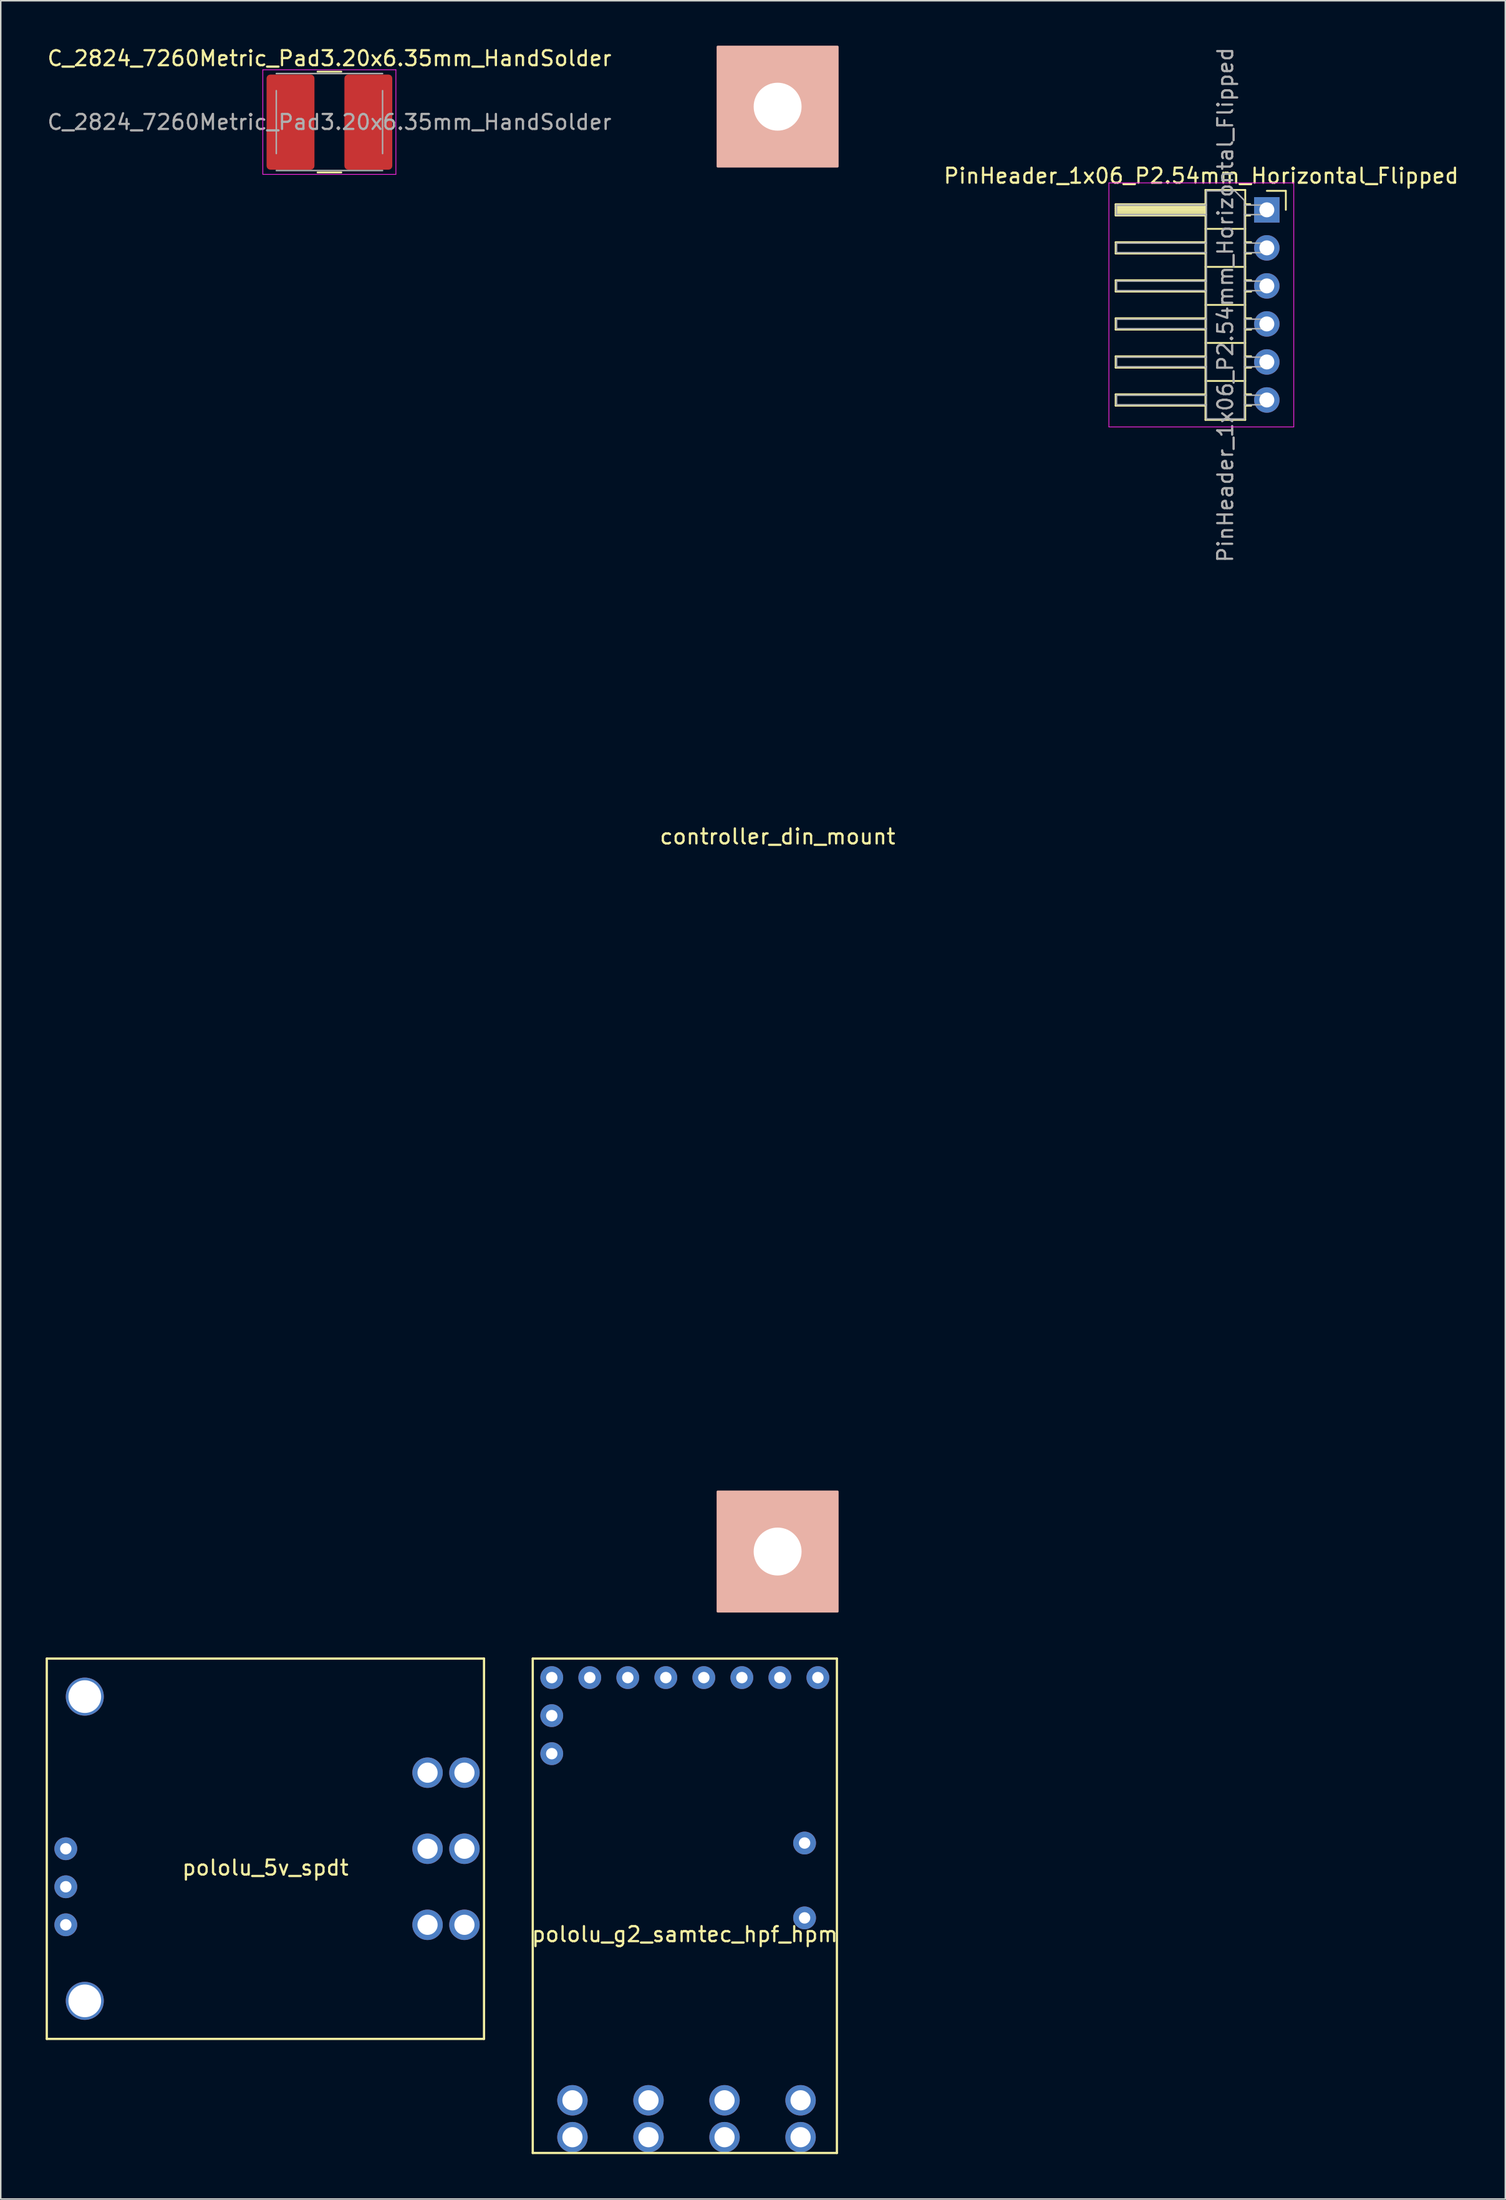
<source format=kicad_pcb>
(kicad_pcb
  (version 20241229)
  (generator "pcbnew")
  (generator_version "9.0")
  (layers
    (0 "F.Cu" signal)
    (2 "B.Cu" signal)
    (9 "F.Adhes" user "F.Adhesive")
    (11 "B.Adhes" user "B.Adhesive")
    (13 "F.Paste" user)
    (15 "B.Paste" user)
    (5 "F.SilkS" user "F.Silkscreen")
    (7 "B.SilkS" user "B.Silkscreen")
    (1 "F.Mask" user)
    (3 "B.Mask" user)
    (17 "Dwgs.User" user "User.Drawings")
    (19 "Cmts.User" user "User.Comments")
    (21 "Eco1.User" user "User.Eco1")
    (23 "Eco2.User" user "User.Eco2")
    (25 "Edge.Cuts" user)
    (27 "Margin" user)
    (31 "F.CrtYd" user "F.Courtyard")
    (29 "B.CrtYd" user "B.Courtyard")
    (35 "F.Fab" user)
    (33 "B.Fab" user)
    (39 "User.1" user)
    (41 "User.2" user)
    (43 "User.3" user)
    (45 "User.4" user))
  (footprint "pololu_g2_samtec_hpf_hpm"
    (layer "F.Cu")
    (at 42.331 124.879)
    (property "Reference" "pololu_g2_samtec_hpf_hpm" (at 0.369 1.261 0) (layer "F.SilkS") (effects (font (size 1 1) (thickness 0.15))))
    (attr through_hole)
    (fp_line (start -9.791 -17.154) (end -9.791 15.866) (stroke (width 0.15) (type solid)) (layer "F.SilkS"))
    (fp_line (start -9.791 15.866) (end 10.529 15.866) (stroke (width 0.15) (type solid)) (layer "F.SilkS"))
    (fp_line (start 10.529 -17.154) (end -9.791 -17.154) (stroke (width 0.15) (type solid)) (layer "F.SilkS"))
    (fp_line (start 10.529 15.866) (end 10.529 -17.154) (stroke (width 0.15) (type solid)) (layer "F.SilkS"))
    (pad "1" thru_hole circle (at 9.259 -15.884) (size 1.524 1.524) (drill 0.762) (layers "*.Cu" "*.Mask"))
    (pad "2" thru_hole circle (at 6.719 -15.884) (size 1.524 1.524) (drill 0.762) (layers "*.Cu" "*.Mask"))
    (pad "3" thru_hole circle (at 4.179 -15.884) (size 1.524 1.524) (drill 0.762) (layers "*.Cu" "*.Mask"))
    (pad "4" thru_hole circle (at 1.639 -15.884) (size 1.524 1.524) (drill 0.762) (layers "*.Cu" "*.Mask"))
    (pad "5" thru_hole circle (at -0.901 -15.884) (size 1.524 1.524) (drill 0.762) (layers "*.Cu" "*.Mask"))
    (pad "6" thru_hole circle (at -3.441 -15.884) (size 1.524 1.524) (drill 0.762) (layers "*.Cu" "*.Mask"))
    (pad "7" thru_hole circle (at -5.981 -15.884) (size 1.524 1.524) (drill 0.762) (layers "*.Cu" "*.Mask"))
    (pad "8" thru_hole circle (at -8.521 -15.884) (size 1.524 1.524) (drill 0.762) (layers "*.Cu" "*.Mask"))
    (pad "9" thru_hole circle (at -8.521 -13.344) (size 1.524 1.524) (drill 0.762) (layers "*.Cu" "*.Mask"))
    (pad "10" thru_hole circle (at -8.521 -10.804) (size 1.524 1.524) (drill 0.762) (layers "*.Cu" "*.Mask"))
    (pad "11" thru_hole circle (at -7.138 12.348) (size 2.032 2.032) (drill 1.346) (layers "*.Cu" "*.Mask"))
    (pad "11" thru_hole circle (at -7.138 14.812) (size 2.032 2.032) (drill 1.346) (layers "*.Cu" "*.Mask"))
    (pad "12" thru_hole circle (at -2.058 12.348) (size 2.032 2.032) (drill 1.346) (layers "*.Cu" "*.Mask"))
    (pad "12" thru_hole circle (at -2.058 14.812) (size 2.032 2.032) (drill 1.346) (layers "*.Cu" "*.Mask"))
    (pad "13" thru_hole circle (at 3.022 12.348) (size 2.032 2.032) (drill 1.346) (layers "*.Cu" "*.Mask"))
    (pad "13" thru_hole circle (at 3.022 14.812) (size 2.032 2.032) (drill 1.346) (layers "*.Cu" "*.Mask"))
    (pad "14" thru_hole circle (at 8.102 12.348) (size 2.032 2.032) (drill 1.346) (layers "*.Cu" "*.Mask"))
    (pad "14" thru_hole circle (at 8.102 14.812) (size 2.032 2.032) (drill 1.346) (layers "*.Cu" "*.Mask"))
    (pad "15" thru_hole circle (at 8.37 0.165) (size 1.524 1.524) (drill 0.762) (layers "*.Cu" "*.Mask"))
    (pad "16" thru_hole circle (at 8.37 -4.835) (size 1.524 1.524) (drill 0.762) (layers "*.Cu" "*.Mask")))
  (footprint "pololu_5v_spdt"
    (layer "F.Cu")
    (at 14.68 120.425)
    (property "Reference" "pololu_5v_spdt" (at 0 1.27 0) (layer "F.SilkS") (effects (font (size 1 1) (thickness 0.15))))
    (attr through_hole)
    (fp_line (start -14.605 -12.7) (end -14.605 12.7) (stroke (width 0.15) (type solid)) (layer "F.SilkS"))
    (fp_line (start -14.605 12.7) (end 14.605 12.7) (stroke (width 0.15) (type solid)) (layer "F.SilkS"))
    (fp_line (start 14.605 -12.7) (end -14.605 -12.7) (stroke (width 0.15) (type solid)) (layer "F.SilkS"))
    (fp_line (start 14.605 12.7) (end 14.605 -12.7) (stroke (width 0.15) (type solid)) (layer "F.SilkS"))
    (pad "" thru_hole circle (at -12.065 -10.16) (size 2.54 2.54) (drill 2.184) (layers "*.Cu" "*.Mask"))
    (pad "" thru_hole circle (at -12.065 10.16) (size 2.54 2.54) (drill 2.184) (layers "*.Cu" "*.Mask"))
    (pad "1" thru_hole circle (at -13.335 0) (size 1.524 1.524) (drill 0.762) (layers "*.Cu" "*.Mask"))
    (pad "2" thru_hole circle (at -13.335 2.54) (size 1.524 1.524) (drill 0.762) (layers "*.Cu" "*.Mask"))
    (pad "3" thru_hole circle (at -13.335 5.08) (size 1.524 1.524) (drill 0.762) (layers "*.Cu" "*.Mask"))
    (pad "4" thru_hole circle (at 10.833 -5.08) (size 2.032 2.032) (drill 1.346) (layers "*.Cu" "*.Mask"))
    (pad "4" thru_hole circle (at 13.297 -5.08) (size 2.032 2.032) (drill 1.346) (layers "*.Cu" "*.Mask"))
    (pad "5" thru_hole circle (at 10.833 0) (size 2.032 2.032) (drill 1.346) (layers "*.Cu" "*.Mask"))
    (pad "5" thru_hole circle (at 13.297 0) (size 2.032 2.032) (drill 1.346) (layers "*.Cu" "*.Mask"))
    (pad "6" thru_hole circle (at 10.833 5.08) (size 2.032 2.032) (drill 1.346) (layers "*.Cu" "*.Mask"))
    (pad "6" thru_hole circle (at 13.297 5.08) (size 2.032 2.032) (drill 1.346) (layers "*.Cu" "*.Mask")))
  (footprint "C_2824_7260Metric_Pad3.20x6.35mm_HandSolder"
    (layer "F.Cu")
    (at 18.958 5.106)
    (property "Reference" "C_2824_7260Metric_Pad3.20x6.35mm_HandSolder" (at 0 -4.258 0) (layer "F.SilkS") (effects (font (size 1 1) (thickness 0.15))))
    (attr smd)
    (fp_line (start -0.797 -3.369) (end 0.797 -3.369) (stroke (width 0.12) (type solid)) (layer "F.SilkS"))
    (fp_line (start -0.797 3.362) (end 0.797 3.362) (stroke (width 0.12) (type solid)) (layer "F.SilkS"))
    (fp_line (start -4.45 -3.496) (end 4.44 -3.496) (stroke (width 0.05) (type solid)) (layer "F.CrtYd"))
    (fp_line (start -4.45 3.489) (end -4.45 -3.496) (stroke (width 0.05) (type solid)) (layer "F.CrtYd"))
    (fp_line (start 4.44 -3.496) (end 4.44 3.489) (stroke (width 0.05) (type solid)) (layer "F.CrtYd"))
    (fp_line (start 4.44 3.489) (end -4.45 3.489) (stroke (width 0.05) (type solid)) (layer "F.CrtYd"))
    (fp_line (start -3.55 -3.242) (end 3.55 -3.242) (stroke (width 0.1) (type solid)) (layer "F.Fab"))
    (fp_line (start -3.55 2.1) (end -3.55 -2.1) (stroke (width 0.1) (type solid)) (layer "F.Fab"))
    (fp_line (start 3.55 -2.1) (end 3.55 2.1) (stroke (width 0.1) (type solid)) (layer "F.Fab"))
    (fp_line (start 3.55 3.235) (end -3.55 3.235) (stroke (width 0.1) (type solid)) (layer "F.Fab"))
    (fp_text user "${REFERENCE}" (at 0 0 0) (layer "F.Fab") (effects (font (size 1 1) (thickness 0.15))))
    (pad "1" smd roundrect (at -2.6 0) (size 3.2 6.35) (layers "F.Cu" "F.Mask" "F.Paste") (roundrect_rratio 0.078))
    (pad "2" smd roundrect (at 2.6 0) (size 3.2 6.35) (layers "F.Cu" "F.Mask" "F.Paste") (roundrect_rratio 0.078)))
  (footprint "PinHeader_1x06_P2.54mm_Horizontal_Flipped"
    (layer "F.Cu")
    (at 81.581 10.965)
    (property "Reference" "PinHeader_1x06_P2.54mm_Horizontal_Flipped" (at -4.385 -2.27 0) (layer "F.SilkS") (effects (font (size 1 1) (thickness 0.15))))
    (attr through_hole)
    (fp_line (start -10.1 -0.38) (end -10.1 0.38) (stroke (width 0.12) (type solid)) (layer "F.SilkS"))
    (fp_line (start -10.1 0.38) (end -4.1 0.38) (stroke (width 0.12) (type solid)) (layer "F.SilkS"))
    (fp_line (start -10.1 2.16) (end -10.1 2.92) (stroke (width 0.12) (type solid)) (layer "F.SilkS"))
    (fp_line (start -10.1 2.92) (end -4.1 2.92) (stroke (width 0.12) (type solid)) (layer "F.SilkS"))
    (fp_line (start -10.1 4.7) (end -10.1 5.46) (stroke (width 0.12) (type solid)) (layer "F.SilkS"))
    (fp_line (start -10.1 5.46) (end -4.1 5.46) (stroke (width 0.12) (type solid)) (layer "F.SilkS"))
    (fp_line (start -10.1 7.24) (end -10.1 8) (stroke (width 0.12) (type solid)) (layer "F.SilkS"))
    (fp_line (start -10.1 8) (end -4.1 8) (stroke (width 0.12) (type solid)) (layer "F.SilkS"))
    (fp_line (start -10.1 9.78) (end -10.1 10.54) (stroke (width 0.12) (type solid)) (layer "F.SilkS"))
    (fp_line (start -10.1 10.54) (end -4.1 10.54) (stroke (width 0.12) (type solid)) (layer "F.SilkS"))
    (fp_line (start -10.1 12.32) (end -10.1 13.08) (stroke (width 0.12) (type solid)) (layer "F.SilkS"))
    (fp_line (start -10.1 13.08) (end -4.1 13.08) (stroke (width 0.12) (type solid)) (layer "F.SilkS"))
    (fp_line (start -4.1 -1.33) (end -1.44 -1.33) (stroke (width 0.12) (type solid)) (layer "F.SilkS"))
    (fp_line (start -4.1 -0.38) (end -10.1 -0.38) (stroke (width 0.12) (type solid)) (layer "F.SilkS"))
    (fp_line (start -4.1 -0.32) (end -10.1 -0.32) (stroke (width 0.12) (type solid)) (layer "F.SilkS"))
    (fp_line (start -4.1 -0.2) (end -10.1 -0.2) (stroke (width 0.12) (type solid)) (layer "F.SilkS"))
    (fp_line (start -4.1 -0.08) (end -10.1 -0.08) (stroke (width 0.12) (type solid)) (layer "F.SilkS"))
    (fp_line (start -4.1 0.04) (end -10.1 0.04) (stroke (width 0.12) (type solid)) (layer "F.SilkS"))
    (fp_line (start -4.1 0.16) (end -10.1 0.16) (stroke (width 0.12) (type solid)) (layer "F.SilkS"))
    (fp_line (start -4.1 0.28) (end -10.1 0.28) (stroke (width 0.12) (type solid)) (layer "F.SilkS"))
    (fp_line (start -4.1 2.16) (end -10.1 2.16) (stroke (width 0.12) (type solid)) (layer "F.SilkS"))
    (fp_line (start -4.1 4.7) (end -10.1 4.7) (stroke (width 0.12) (type solid)) (layer "F.SilkS"))
    (fp_line (start -4.1 7.24) (end -10.1 7.24) (stroke (width 0.12) (type solid)) (layer "F.SilkS"))
    (fp_line (start -4.1 9.78) (end -10.1 9.78) (stroke (width 0.12) (type solid)) (layer "F.SilkS"))
    (fp_line (start -4.1 12.32) (end -10.1 12.32) (stroke (width 0.12) (type solid)) (layer "F.SilkS"))
    (fp_line (start -4.1 14.03) (end -4.1 -1.33) (stroke (width 0.12) (type solid)) (layer "F.SilkS"))
    (fp_line (start -1.44 -1.33) (end -1.44 14.03) (stroke (width 0.12) (type solid)) (layer "F.SilkS"))
    (fp_line (start -1.44 1.27) (end -4.1 1.27) (stroke (width 0.12) (type solid)) (layer "F.SilkS"))
    (fp_line (start -1.44 3.81) (end -4.1 3.81) (stroke (width 0.12) (type solid)) (layer "F.SilkS"))
    (fp_line (start -1.44 6.35) (end -4.1 6.35) (stroke (width 0.12) (type solid)) (layer "F.SilkS"))
    (fp_line (start -1.44 8.89) (end -4.1 8.89) (stroke (width 0.12) (type solid)) (layer "F.SilkS"))
    (fp_line (start -1.44 11.43) (end -4.1 11.43) (stroke (width 0.12) (type solid)) (layer "F.SilkS"))
    (fp_line (start -1.44 14.03) (end -4.1 14.03) (stroke (width 0.12) (type solid)) (layer "F.SilkS"))
    (fp_line (start -1.11 -0.38) (end -1.44 -0.38) (stroke (width 0.12) (type solid)) (layer "F.SilkS"))
    (fp_line (start -1.11 0.38) (end -1.44 0.38) (stroke (width 0.12) (type solid)) (layer "F.SilkS"))
    (fp_line (start -1.043 2.16) (end -1.44 2.16) (stroke (width 0.12) (type solid)) (layer "F.SilkS"))
    (fp_line (start -1.043 2.92) (end -1.44 2.92) (stroke (width 0.12) (type solid)) (layer "F.SilkS"))
    (fp_line (start -1.043 4.7) (end -1.44 4.7) (stroke (width 0.12) (type solid)) (layer "F.SilkS"))
    (fp_line (start -1.043 5.46) (end -1.44 5.46) (stroke (width 0.12) (type solid)) (layer "F.SilkS"))
    (fp_line (start -1.043 7.24) (end -1.44 7.24) (stroke (width 0.12) (type solid)) (layer "F.SilkS"))
    (fp_line (start -1.043 8) (end -1.44 8) (stroke (width 0.12) (type solid)) (layer "F.SilkS"))
    (fp_line (start -1.043 9.78) (end -1.44 9.78) (stroke (width 0.12) (type solid)) (layer "F.SilkS"))
    (fp_line (start -1.043 10.54) (end -1.44 10.54) (stroke (width 0.12) (type solid)) (layer "F.SilkS"))
    (fp_line (start -1.043 12.32) (end -1.44 12.32) (stroke (width 0.12) (type solid)) (layer "F.SilkS"))
    (fp_line (start -1.043 13.08) (end -1.44 13.08) (stroke (width 0.12) (type solid)) (layer "F.SilkS"))
    (fp_line (start 1.27 -1.27) (end 0 -1.27) (stroke (width 0.12) (type solid)) (layer "F.SilkS"))
    (fp_line (start 1.27 0) (end 1.27 -1.27) (stroke (width 0.12) (type solid)) (layer "F.SilkS"))
    (fp_line (start -10.55 -1.8) (end 1.8 -1.8) (stroke (width 0.05) (type solid)) (layer "F.CrtYd"))
    (fp_line (start -10.55 14.5) (end -10.55 -1.8) (stroke (width 0.05) (type solid)) (layer "F.CrtYd"))
    (fp_line (start 1.8 -1.8) (end 1.8 14.5) (stroke (width 0.05) (type solid)) (layer "F.CrtYd"))
    (fp_line (start 1.8 14.5) (end -10.55 14.5) (stroke (width 0.05) (type solid)) (layer "F.CrtYd"))
    (fp_line (start -10.04 -0.32) (end -10.04 0.32) (stroke (width 0.1) (type solid)) (layer "F.Fab"))
    (fp_line (start -10.04 2.22) (end -10.04 2.86) (stroke (width 0.1) (type solid)) (layer "F.Fab"))
    (fp_line (start -10.04 4.76) (end -10.04 5.4) (stroke (width 0.1) (type solid)) (layer "F.Fab"))
    (fp_line (start -10.04 7.3) (end -10.04 7.94) (stroke (width 0.1) (type solid)) (layer "F.Fab"))
    (fp_line (start -10.04 9.84) (end -10.04 10.48) (stroke (width 0.1) (type solid)) (layer "F.Fab"))
    (fp_line (start -10.04 12.38) (end -10.04 13.02) (stroke (width 0.1) (type solid)) (layer "F.Fab"))
    (fp_line (start -4.04 -1.27) (end -4.04 13.97) (stroke (width 0.1) (type solid)) (layer "F.Fab"))
    (fp_line (start -4.04 -0.32) (end -10.04 -0.32) (stroke (width 0.1) (type solid)) (layer "F.Fab"))
    (fp_line (start -4.04 0.32) (end -10.04 0.32) (stroke (width 0.1) (type solid)) (layer "F.Fab"))
    (fp_line (start -4.04 2.22) (end -10.04 2.22) (stroke (width 0.1) (type solid)) (layer "F.Fab"))
    (fp_line (start -4.04 2.86) (end -10.04 2.86) (stroke (width 0.1) (type solid)) (layer "F.Fab"))
    (fp_line (start -4.04 4.76) (end -10.04 4.76) (stroke (width 0.1) (type solid)) (layer "F.Fab"))
    (fp_line (start -4.04 5.4) (end -10.04 5.4) (stroke (width 0.1) (type solid)) (layer "F.Fab"))
    (fp_line (start -4.04 7.3) (end -10.04 7.3) (stroke (width 0.1) (type solid)) (layer "F.Fab"))
    (fp_line (start -4.04 7.94) (end -10.04 7.94) (stroke (width 0.1) (type solid)) (layer "F.Fab"))
    (fp_line (start -4.04 9.84) (end -10.04 9.84) (stroke (width 0.1) (type solid)) (layer "F.Fab"))
    (fp_line (start -4.04 10.48) (end -10.04 10.48) (stroke (width 0.1) (type solid)) (layer "F.Fab"))
    (fp_line (start -4.04 12.38) (end -10.04 12.38) (stroke (width 0.1) (type solid)) (layer "F.Fab"))
    (fp_line (start -4.04 13.02) (end -10.04 13.02) (stroke (width 0.1) (type solid)) (layer "F.Fab"))
    (fp_line (start -4.04 13.97) (end -1.5 13.97) (stroke (width 0.1) (type solid)) (layer "F.Fab"))
    (fp_line (start -2.135 -1.27) (end -4.04 -1.27) (stroke (width 0.1) (type solid)) (layer "F.Fab"))
    (fp_line (start -1.5 -0.635) (end -2.135 -1.27) (stroke (width 0.1) (type solid)) (layer "F.Fab"))
    (fp_line (start -1.5 13.97) (end -1.5 -0.635) (stroke (width 0.1) (type solid)) (layer "F.Fab"))
    (fp_line (start 0.32 -0.32) (end -1.5 -0.32) (stroke (width 0.1) (type solid)) (layer "F.Fab"))
    (fp_line (start 0.32 -0.32) (end 0.32 0.32) (stroke (width 0.1) (type solid)) (layer "F.Fab"))
    (fp_line (start 0.32 0.32) (end -1.5 0.32) (stroke (width 0.1) (type solid)) (layer "F.Fab"))
    (fp_line (start 0.32 2.22) (end -1.5 2.22) (stroke (width 0.1) (type solid)) (layer "F.Fab"))
    (fp_line (start 0.32 2.22) (end 0.32 2.86) (stroke (width 0.1) (type solid)) (layer "F.Fab"))
    (fp_line (start 0.32 2.86) (end -1.5 2.86) (stroke (width 0.1) (type solid)) (layer "F.Fab"))
    (fp_line (start 0.32 4.76) (end -1.5 4.76) (stroke (width 0.1) (type solid)) (layer "F.Fab"))
    (fp_line (start 0.32 4.76) (end 0.32 5.4) (stroke (width 0.1) (type solid)) (layer "F.Fab"))
    (fp_line (start 0.32 5.4) (end -1.5 5.4) (stroke (width 0.1) (type solid)) (layer "F.Fab"))
    (fp_line (start 0.32 7.3) (end -1.5 7.3) (stroke (width 0.1) (type solid)) (layer "F.Fab"))
    (fp_line (start 0.32 7.3) (end 0.32 7.94) (stroke (width 0.1) (type solid)) (layer "F.Fab"))
    (fp_line (start 0.32 7.94) (end -1.5 7.94) (stroke (width 0.1) (type solid)) (layer "F.Fab"))
    (fp_line (start 0.32 9.84) (end -1.5 9.84) (stroke (width 0.1) (type solid)) (layer "F.Fab"))
    (fp_line (start 0.32 9.84) (end 0.32 10.48) (stroke (width 0.1) (type solid)) (layer "F.Fab"))
    (fp_line (start 0.32 10.48) (end -1.5 10.48) (stroke (width 0.1) (type solid)) (layer "F.Fab"))
    (fp_line (start 0.32 12.38) (end -1.5 12.38) (stroke (width 0.1) (type solid)) (layer "F.Fab"))
    (fp_line (start 0.32 12.38) (end 0.32 13.02) (stroke (width 0.1) (type solid)) (layer "F.Fab"))
    (fp_line (start 0.32 13.02) (end -1.5 13.02) (stroke (width 0.1) (type solid)) (layer "F.Fab"))
    (fp_text user "${REFERENCE}" (at -2.77 6.35 90) (layer "F.Fab") (effects (font (size 1 1) (thickness 0.15))))
    (pad "1" thru_hole rect (at 0 0) (size 1.7 1.7) (drill 1) (layers "*.Cu" "*.Mask"))
    (pad "2" thru_hole oval (at 0 2.54) (size 1.7 1.7) (drill 1) (layers "*.Cu" "*.Mask"))
    (pad "3" thru_hole oval (at 0 5.08) (size 1.7 1.7) (drill 1) (layers "*.Cu" "*.Mask"))
    (pad "4" thru_hole oval (at 0 7.62) (size 1.7 1.7) (drill 1) (layers "*.Cu" "*.Mask"))
    (pad "5" thru_hole oval (at 0 10.16) (size 1.7 1.7) (drill 1) (layers "*.Cu" "*.Mask"))
    (pad "6" thru_hole oval (at 0 12.7) (size 1.7 1.7) (drill 1) (layers "*.Cu" "*.Mask")))
  (footprint "controller_din_mount"
    (layer "F.Cu")
    (at 48.899 52.325)
    (property "Reference" "controller_din_mount" (at 0 0.5 0) (layer "F.SilkS") (effects (font (size 1 1) (thickness 0.15))))
    (attr through_hole)
    (fp_poly (pts (xy -4 -52.25) (xy 4 -52.25) (xy 4 -44.26) (xy -4 -44.26)) (stroke (width 0.15) (type solid)) (fill yes) (layer "B.SilkS"))
    (fp_poly (pts (xy -4 44.25) (xy 4 44.25) (xy 4 52.25) (xy -4 52.25)) (stroke (width 0.15) (type solid)) (fill yes) (layer "B.SilkS"))
    (pad "" thru_hole circle (at 0 -48.25) (size 3.2 3.2) (drill 3.2) (layers "*.Cu" "*.Mask"))
    (pad "" thru_hole circle (at 0 48.25) (size 3.2 3.2) (drill 3.2) (layers "*.Cu" "*.Mask")))
  (gr_rect
    (start -3 -3)
    (end 97.512 143.82)
    (stroke (width 0.1) (type default))
    (fill no)
    (layer "Edge.Cuts")))
</source>
